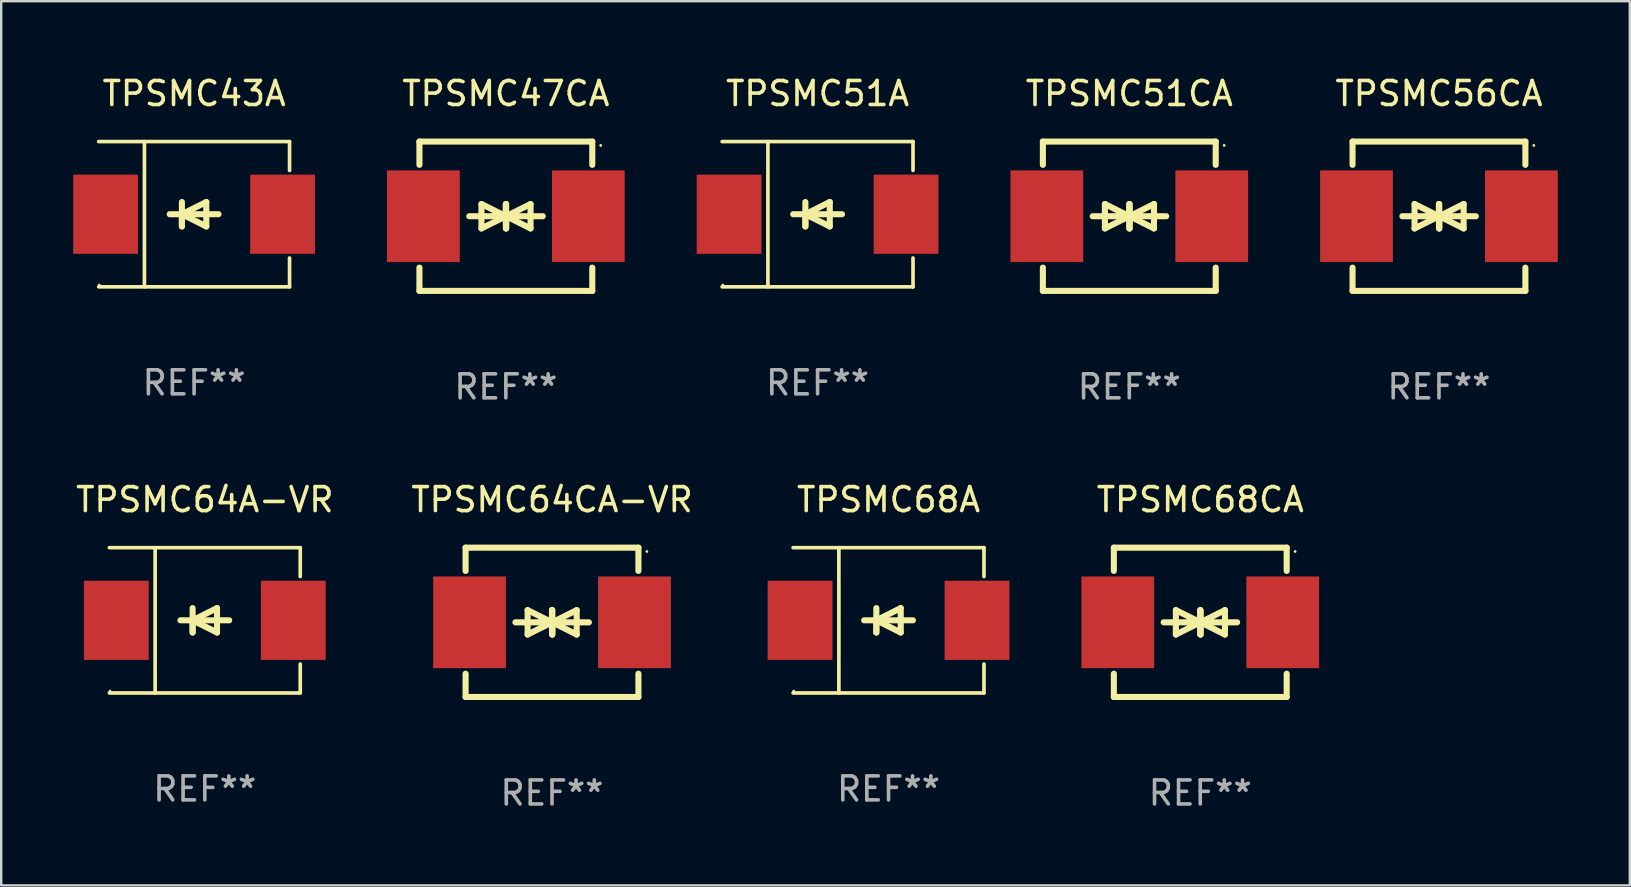
<source format=kicad_pcb>
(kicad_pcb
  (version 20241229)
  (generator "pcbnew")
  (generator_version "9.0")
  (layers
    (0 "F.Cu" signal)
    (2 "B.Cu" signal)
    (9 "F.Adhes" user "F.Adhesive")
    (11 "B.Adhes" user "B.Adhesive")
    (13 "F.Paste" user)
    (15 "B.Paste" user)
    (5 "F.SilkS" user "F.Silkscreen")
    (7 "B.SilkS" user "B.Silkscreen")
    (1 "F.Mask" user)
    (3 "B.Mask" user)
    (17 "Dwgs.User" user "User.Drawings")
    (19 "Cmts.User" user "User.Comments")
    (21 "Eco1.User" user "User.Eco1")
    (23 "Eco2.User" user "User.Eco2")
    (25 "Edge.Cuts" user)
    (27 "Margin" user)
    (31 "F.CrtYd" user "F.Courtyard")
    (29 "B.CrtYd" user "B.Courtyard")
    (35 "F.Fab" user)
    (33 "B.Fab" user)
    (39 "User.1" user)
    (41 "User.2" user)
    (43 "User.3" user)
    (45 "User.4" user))
  (footprint "TPSMC68A"
    (layer "F.Cu")
    (at 33.965 22.791)
    (property "Reference" "TPSMC68A" (at 0 -5.026 0) (layer "F.SilkS") (effects (font (size 1 1) (thickness 0.15))))
    (attr through_hole)
    (fp_line (start -3.976 -3.026) (end 3.976 -3.026) (stroke (width 0.152) (type solid)) (layer "F.SilkS"))
    (fp_line (start -3.976 3.026) (end 3.976 3.026) (stroke (width 0.152) (type solid)) (layer "F.SilkS"))
    (fp_line (start -2.069 -3.026) (end -2.069 3.026) (stroke (width 0.152) (type solid)) (layer "F.SilkS"))
    (fp_line (start -0.508 0) (end -0.508 0.508) (stroke (width 0.254) (type solid)) (layer "F.SilkS"))
    (fp_line (start -0.508 0) (end 0.508 0.508) (stroke (width 0.254) (type solid)) (layer "F.SilkS"))
    (fp_line (start -0.508 0.508) (end -0.508 -0.508) (stroke (width 0.254) (type solid)) (layer "F.SilkS"))
    (fp_line (start 0.508 -0.508) (end -0.508 0) (stroke (width 0.254) (type solid)) (layer "F.SilkS"))
    (fp_line (start 0.508 0.508) (end 0.508 -0.508) (stroke (width 0.254) (type solid)) (layer "F.SilkS"))
    (fp_line (start 1.016 0) (end -1.016 0) (stroke (width 0.254) (type solid)) (layer "F.SilkS"))
    (fp_line (start 3.976 -3.026) (end 3.976 -1.823) (stroke (width 0.152) (type solid)) (layer "F.SilkS"))
    (fp_line (start 3.976 3.026) (end 3.976 1.823) (stroke (width 0.152) (type solid)) (layer "F.SilkS"))
    (fp_circle (center -3.95 2.95) (end -3.92 2.95) (stroke (width 0.06) (type solid)) (fill no) (layer "F.SilkS"))
    (fp_text user "REF**" (at 0 7.026 0) (layer "F.Fab") (effects (font (size 1 1) (thickness 0.15))))
    (pad "1" smd rect (at -3.686 0) (size 2.7 3.3) (layers "F.Cu" "F.Mask" "F.Paste"))
    (pad "2" smd rect (at 3.686 0) (size 2.7 3.3) (layers "F.Cu" "F.Mask" "F.Paste")))
  (footprint "TPSMC47CA"
    (layer "F.Cu")
    (at 18.023 5.958)
    (property "Reference" "TPSMC47CA" (at 0 -5.11 0) (layer "F.SilkS") (effects (font (size 1 1) (thickness 0.15))))
    (attr through_hole)
    (fp_line (start -3.6 -2.141) (end -3.6 -3.11) (stroke (width 0.254) (type solid)) (layer "F.SilkS"))
    (fp_line (start -3.6 3.11) (end -3.6 2.141) (stroke (width 0.254) (type solid)) (layer "F.SilkS"))
    (fp_line (start -1.524 0) (end 0.508 0) (stroke (width 0.254) (type solid)) (layer "F.SilkS"))
    (fp_line (start -1.016 -0.508) (end -1.016 0.508) (stroke (width 0.254) (type solid)) (layer "F.SilkS"))
    (fp_line (start -1.016 0.508) (end 0 0) (stroke (width 0.254) (type solid)) (layer "F.SilkS"))
    (fp_line (start 0 -0.508) (end 0 0.508) (stroke (width 0.254) (type solid)) (layer "F.SilkS"))
    (fp_line (start 0 0) (end -1.016 -0.508) (stroke (width 0.254) (type solid)) (layer "F.SilkS"))
    (fp_line (start 0 0) (end 0 -0.508) (stroke (width 0.254) (type solid)) (layer "F.SilkS"))
    (fp_line (start 0.012 0) (end 0.012 0.508) (stroke (width 0.254) (type solid)) (layer "F.SilkS"))
    (fp_line (start 0.012 0) (end 1.028 0.508) (stroke (width 0.254) (type solid)) (layer "F.SilkS"))
    (fp_line (start 0.012 0.508) (end 0.012 -0.508) (stroke (width 0.254) (type solid)) (layer "F.SilkS"))
    (fp_line (start 1.028 -0.508) (end 0.012 0) (stroke (width 0.254) (type solid)) (layer "F.SilkS"))
    (fp_line (start 1.028 0.508) (end 1.028 -0.508) (stroke (width 0.254) (type solid)) (layer "F.SilkS"))
    (fp_line (start 1.536 0) (end -0.496 0) (stroke (width 0.254) (type solid)) (layer "F.SilkS"))
    (fp_line (start 3.6 -3.11) (end -3.6 -3.11) (stroke (width 0.254) (type solid)) (layer "F.SilkS"))
    (fp_line (start 3.6 -2.141) (end 3.6 -3.11) (stroke (width 0.254) (type solid)) (layer "F.SilkS"))
    (fp_line (start 3.6 3.11) (end -3.6 3.11) (stroke (width 0.254) (type solid)) (layer "F.SilkS"))
    (fp_line (start 3.6 3.11) (end 3.6 2.141) (stroke (width 0.254) (type solid)) (layer "F.SilkS"))
    (fp_circle (center 3.952 -2.95) (end 3.982 -2.95) (stroke (width 0.06) (type solid)) (fill no) (layer "F.SilkS"))
    (fp_text user "REF**" (at 0 7.11 0) (layer "F.Fab") (effects (font (size 1 1) (thickness 0.15))))
    (pad "1" smd rect (at 3.435 0) (size 3.03 3.82) (layers "F.Cu" "F.Mask" "F.Paste"))
    (pad "2" smd rect (at -3.435 0) (size 3.03 3.82) (layers "F.Cu" "F.Mask" "F.Paste")))
  (footprint "TPSMC68CA"
    (layer "F.Cu")
    (at 46.951 22.875)
    (property "Reference" "TPSMC68CA" (at 0 -5.11 0) (layer "F.SilkS") (effects (font (size 1 1) (thickness 0.15))))
    (attr through_hole)
    (fp_line (start -3.6 -2.141) (end -3.6 -3.11) (stroke (width 0.254) (type solid)) (layer "F.SilkS"))
    (fp_line (start -3.6 3.11) (end -3.6 2.141) (stroke (width 0.254) (type solid)) (layer "F.SilkS"))
    (fp_line (start -1.524 0) (end 0.508 0) (stroke (width 0.254) (type solid)) (layer "F.SilkS"))
    (fp_line (start -1.016 -0.508) (end -1.016 0.508) (stroke (width 0.254) (type solid)) (layer "F.SilkS"))
    (fp_line (start -1.016 0.508) (end 0 0) (stroke (width 0.254) (type solid)) (layer "F.SilkS"))
    (fp_line (start 0 -0.508) (end 0 0.508) (stroke (width 0.254) (type solid)) (layer "F.SilkS"))
    (fp_line (start 0 0) (end -1.016 -0.508) (stroke (width 0.254) (type solid)) (layer "F.SilkS"))
    (fp_line (start 0 0) (end 0 -0.508) (stroke (width 0.254) (type solid)) (layer "F.SilkS"))
    (fp_line (start 0.012 0) (end 0.012 0.508) (stroke (width 0.254) (type solid)) (layer "F.SilkS"))
    (fp_line (start 0.012 0) (end 1.028 0.508) (stroke (width 0.254) (type solid)) (layer "F.SilkS"))
    (fp_line (start 0.012 0.508) (end 0.012 -0.508) (stroke (width 0.254) (type solid)) (layer "F.SilkS"))
    (fp_line (start 1.028 -0.508) (end 0.012 0) (stroke (width 0.254) (type solid)) (layer "F.SilkS"))
    (fp_line (start 1.028 0.508) (end 1.028 -0.508) (stroke (width 0.254) (type solid)) (layer "F.SilkS"))
    (fp_line (start 1.536 0) (end -0.496 0) (stroke (width 0.254) (type solid)) (layer "F.SilkS"))
    (fp_line (start 3.6 -3.11) (end -3.6 -3.11) (stroke (width 0.254) (type solid)) (layer "F.SilkS"))
    (fp_line (start 3.6 -2.141) (end 3.6 -3.11) (stroke (width 0.254) (type solid)) (layer "F.SilkS"))
    (fp_line (start 3.6 3.11) (end -3.6 3.11) (stroke (width 0.254) (type solid)) (layer "F.SilkS"))
    (fp_line (start 3.6 3.11) (end 3.6 2.141) (stroke (width 0.254) (type solid)) (layer "F.SilkS"))
    (fp_circle (center 3.952 -2.95) (end 3.982 -2.95) (stroke (width 0.06) (type solid)) (fill no) (layer "F.SilkS"))
    (fp_text user "REF**" (at 0 7.11 0) (layer "F.Fab") (effects (font (size 1 1) (thickness 0.15))))
    (pad "1" smd rect (at 3.435 0) (size 3.03 3.82) (layers "F.Cu" "F.Mask" "F.Paste"))
    (pad "2" smd rect (at -3.435 0) (size 3.03 3.82) (layers "F.Cu" "F.Mask" "F.Paste")))
  (footprint "TPSMC51A"
    (layer "F.Cu")
    (at 31.009 5.874)
    (property "Reference" "TPSMC51A" (at 0 -5.026 0) (layer "F.SilkS") (effects (font (size 1 1) (thickness 0.15))))
    (attr through_hole)
    (fp_line (start -3.976 -3.026) (end 3.976 -3.026) (stroke (width 0.152) (type solid)) (layer "F.SilkS"))
    (fp_line (start -3.976 3.026) (end 3.976 3.026) (stroke (width 0.152) (type solid)) (layer "F.SilkS"))
    (fp_line (start -2.069 -3.026) (end -2.069 3.026) (stroke (width 0.152) (type solid)) (layer "F.SilkS"))
    (fp_line (start -0.508 0) (end -0.508 0.508) (stroke (width 0.254) (type solid)) (layer "F.SilkS"))
    (fp_line (start -0.508 0) (end 0.508 0.508) (stroke (width 0.254) (type solid)) (layer "F.SilkS"))
    (fp_line (start -0.508 0.508) (end -0.508 -0.508) (stroke (width 0.254) (type solid)) (layer "F.SilkS"))
    (fp_line (start 0.508 -0.508) (end -0.508 0) (stroke (width 0.254) (type solid)) (layer "F.SilkS"))
    (fp_line (start 0.508 0.508) (end 0.508 -0.508) (stroke (width 0.254) (type solid)) (layer "F.SilkS"))
    (fp_line (start 1.016 0) (end -1.016 0) (stroke (width 0.254) (type solid)) (layer "F.SilkS"))
    (fp_line (start 3.976 -3.026) (end 3.976 -1.823) (stroke (width 0.152) (type solid)) (layer "F.SilkS"))
    (fp_line (start 3.976 3.026) (end 3.976 1.823) (stroke (width 0.152) (type solid)) (layer "F.SilkS"))
    (fp_circle (center -3.95 2.95) (end -3.92 2.95) (stroke (width 0.06) (type solid)) (fill no) (layer "F.SilkS"))
    (fp_text user "REF**" (at 0 7.026 0) (layer "F.Fab") (effects (font (size 1 1) (thickness 0.15))))
    (pad "1" smd rect (at -3.686 0) (size 2.7 3.3) (layers "F.Cu" "F.Mask" "F.Paste"))
    (pad "2" smd rect (at 3.686 0) (size 2.7 3.3) (layers "F.Cu" "F.Mask" "F.Paste")))
  (footprint "TPSMC64CA-VR"
    (layer "F.Cu")
    (at 19.946 22.875)
    (property "Reference" "TPSMC64CA-VR" (at 0 -5.11 0) (layer "F.SilkS") (effects (font (size 1 1) (thickness 0.15))))
    (attr through_hole)
    (fp_line (start -3.6 -2.141) (end -3.6 -3.11) (stroke (width 0.254) (type solid)) (layer "F.SilkS"))
    (fp_line (start -3.6 3.11) (end -3.6 2.141) (stroke (width 0.254) (type solid)) (layer "F.SilkS"))
    (fp_line (start -1.524 0) (end 0.508 0) (stroke (width 0.254) (type solid)) (layer "F.SilkS"))
    (fp_line (start -1.016 -0.508) (end -1.016 0.508) (stroke (width 0.254) (type solid)) (layer "F.SilkS"))
    (fp_line (start -1.016 0.508) (end 0 0) (stroke (width 0.254) (type solid)) (layer "F.SilkS"))
    (fp_line (start 0 -0.508) (end 0 0.508) (stroke (width 0.254) (type solid)) (layer "F.SilkS"))
    (fp_line (start 0 0) (end -1.016 -0.508) (stroke (width 0.254) (type solid)) (layer "F.SilkS"))
    (fp_line (start 0 0) (end 0 -0.508) (stroke (width 0.254) (type solid)) (layer "F.SilkS"))
    (fp_line (start 0.012 0) (end 0.012 0.508) (stroke (width 0.254) (type solid)) (layer "F.SilkS"))
    (fp_line (start 0.012 0) (end 1.028 0.508) (stroke (width 0.254) (type solid)) (layer "F.SilkS"))
    (fp_line (start 0.012 0.508) (end 0.012 -0.508) (stroke (width 0.254) (type solid)) (layer "F.SilkS"))
    (fp_line (start 1.028 -0.508) (end 0.012 0) (stroke (width 0.254) (type solid)) (layer "F.SilkS"))
    (fp_line (start 1.028 0.508) (end 1.028 -0.508) (stroke (width 0.254) (type solid)) (layer "F.SilkS"))
    (fp_line (start 1.536 0) (end -0.496 0) (stroke (width 0.254) (type solid)) (layer "F.SilkS"))
    (fp_line (start 3.6 -3.11) (end -3.6 -3.11) (stroke (width 0.254) (type solid)) (layer "F.SilkS"))
    (fp_line (start 3.6 -2.141) (end 3.6 -3.11) (stroke (width 0.254) (type solid)) (layer "F.SilkS"))
    (fp_line (start 3.6 3.11) (end -3.6 3.11) (stroke (width 0.254) (type solid)) (layer "F.SilkS"))
    (fp_line (start 3.6 3.11) (end 3.6 2.141) (stroke (width 0.254) (type solid)) (layer "F.SilkS"))
    (fp_circle (center 3.952 -2.95) (end 3.982 -2.95) (stroke (width 0.06) (type solid)) (fill no) (layer "F.SilkS"))
    (fp_text user "REF**" (at 0 7.11 0) (layer "F.Fab") (effects (font (size 1 1) (thickness 0.15))))
    (pad "1" smd rect (at 3.435 0) (size 3.03 3.82) (layers "F.Cu" "F.Mask" "F.Paste"))
    (pad "2" smd rect (at -3.435 0) (size 3.03 3.82) (layers "F.Cu" "F.Mask" "F.Paste")))
  (footprint "TPSMC56CA"
    (layer "F.Cu")
    (at 56.895 5.958)
    (property "Reference" "TPSMC56CA" (at 0 -5.11 0) (layer "F.SilkS") (effects (font (size 1 1) (thickness 0.15))))
    (attr through_hole)
    (fp_line (start -3.6 -2.141) (end -3.6 -3.11) (stroke (width 0.254) (type solid)) (layer "F.SilkS"))
    (fp_line (start -3.6 3.11) (end -3.6 2.141) (stroke (width 0.254) (type solid)) (layer "F.SilkS"))
    (fp_line (start -1.524 0) (end 0.508 0) (stroke (width 0.254) (type solid)) (layer "F.SilkS"))
    (fp_line (start -1.016 -0.508) (end -1.016 0.508) (stroke (width 0.254) (type solid)) (layer "F.SilkS"))
    (fp_line (start -1.016 0.508) (end 0 0) (stroke (width 0.254) (type solid)) (layer "F.SilkS"))
    (fp_line (start 0 -0.508) (end 0 0.508) (stroke (width 0.254) (type solid)) (layer "F.SilkS"))
    (fp_line (start 0 0) (end -1.016 -0.508) (stroke (width 0.254) (type solid)) (layer "F.SilkS"))
    (fp_line (start 0 0) (end 0 -0.508) (stroke (width 0.254) (type solid)) (layer "F.SilkS"))
    (fp_line (start 0.012 0) (end 0.012 0.508) (stroke (width 0.254) (type solid)) (layer "F.SilkS"))
    (fp_line (start 0.012 0) (end 1.028 0.508) (stroke (width 0.254) (type solid)) (layer "F.SilkS"))
    (fp_line (start 0.012 0.508) (end 0.012 -0.508) (stroke (width 0.254) (type solid)) (layer "F.SilkS"))
    (fp_line (start 1.028 -0.508) (end 0.012 0) (stroke (width 0.254) (type solid)) (layer "F.SilkS"))
    (fp_line (start 1.028 0.508) (end 1.028 -0.508) (stroke (width 0.254) (type solid)) (layer "F.SilkS"))
    (fp_line (start 1.536 0) (end -0.496 0) (stroke (width 0.254) (type solid)) (layer "F.SilkS"))
    (fp_line (start 3.6 -3.11) (end -3.6 -3.11) (stroke (width 0.254) (type solid)) (layer "F.SilkS"))
    (fp_line (start 3.6 -2.141) (end 3.6 -3.11) (stroke (width 0.254) (type solid)) (layer "F.SilkS"))
    (fp_line (start 3.6 3.11) (end -3.6 3.11) (stroke (width 0.254) (type solid)) (layer "F.SilkS"))
    (fp_line (start 3.6 3.11) (end 3.6 2.141) (stroke (width 0.254) (type solid)) (layer "F.SilkS"))
    (fp_circle (center 3.952 -2.95) (end 3.982 -2.95) (stroke (width 0.06) (type solid)) (fill no) (layer "F.SilkS"))
    (fp_text user "REF**" (at 0 7.11 0) (layer "F.Fab") (effects (font (size 1 1) (thickness 0.15))))
    (pad "1" smd rect (at 3.435 0) (size 3.03 3.82) (layers "F.Cu" "F.Mask" "F.Paste"))
    (pad "2" smd rect (at -3.435 0) (size 3.03 3.82) (layers "F.Cu" "F.Mask" "F.Paste")))
  (footprint "TPSMC43A"
    (layer "F.Cu")
    (at 5.036 5.874)
    (property "Reference" "TPSMC43A" (at 0 -5.026 0) (layer "F.SilkS") (effects (font (size 1 1) (thickness 0.15))))
    (attr through_hole)
    (fp_line (start -3.976 -3.026) (end 3.976 -3.026) (stroke (width 0.152) (type solid)) (layer "F.SilkS"))
    (fp_line (start -3.976 3.026) (end 3.976 3.026) (stroke (width 0.152) (type solid)) (layer "F.SilkS"))
    (fp_line (start -2.069 -3.026) (end -2.069 3.026) (stroke (width 0.152) (type solid)) (layer "F.SilkS"))
    (fp_line (start -0.508 0) (end -0.508 0.508) (stroke (width 0.254) (type solid)) (layer "F.SilkS"))
    (fp_line (start -0.508 0) (end 0.508 0.508) (stroke (width 0.254) (type solid)) (layer "F.SilkS"))
    (fp_line (start -0.508 0.508) (end -0.508 -0.508) (stroke (width 0.254) (type solid)) (layer "F.SilkS"))
    (fp_line (start 0.508 -0.508) (end -0.508 0) (stroke (width 0.254) (type solid)) (layer "F.SilkS"))
    (fp_line (start 0.508 0.508) (end 0.508 -0.508) (stroke (width 0.254) (type solid)) (layer "F.SilkS"))
    (fp_line (start 1.016 0) (end -1.016 0) (stroke (width 0.254) (type solid)) (layer "F.SilkS"))
    (fp_line (start 3.976 -3.026) (end 3.976 -1.823) (stroke (width 0.152) (type solid)) (layer "F.SilkS"))
    (fp_line (start 3.976 3.026) (end 3.976 1.823) (stroke (width 0.152) (type solid)) (layer "F.SilkS"))
    (fp_circle (center -3.95 2.95) (end -3.92 2.95) (stroke (width 0.06) (type solid)) (fill no) (layer "F.SilkS"))
    (fp_text user "REF**" (at 0 7.026 0) (layer "F.Fab") (effects (font (size 1 1) (thickness 0.15))))
    (pad "1" smd rect (at -3.686 0) (size 2.7 3.3) (layers "F.Cu" "F.Mask" "F.Paste"))
    (pad "2" smd rect (at 3.686 0) (size 2.7 3.3) (layers "F.Cu" "F.Mask" "F.Paste")))
  (footprint "TPSMC64A-VR"
    (layer "F.Cu")
    (at 5.482 22.791)
    (property "Reference" "TPSMC64A-VR" (at 0 -5.026 0) (layer "F.SilkS") (effects (font (size 1 1) (thickness 0.15))))
    (attr through_hole)
    (fp_line (start -3.976 -3.026) (end 3.976 -3.026) (stroke (width 0.152) (type solid)) (layer "F.SilkS"))
    (fp_line (start -3.976 3.026) (end 3.976 3.026) (stroke (width 0.152) (type solid)) (layer "F.SilkS"))
    (fp_line (start -2.069 -3.026) (end -2.069 3.026) (stroke (width 0.152) (type solid)) (layer "F.SilkS"))
    (fp_line (start -0.508 0) (end -0.508 0.508) (stroke (width 0.254) (type solid)) (layer "F.SilkS"))
    (fp_line (start -0.508 0) (end 0.508 0.508) (stroke (width 0.254) (type solid)) (layer "F.SilkS"))
    (fp_line (start -0.508 0.508) (end -0.508 -0.508) (stroke (width 0.254) (type solid)) (layer "F.SilkS"))
    (fp_line (start 0.508 -0.508) (end -0.508 0) (stroke (width 0.254) (type solid)) (layer "F.SilkS"))
    (fp_line (start 0.508 0.508) (end 0.508 -0.508) (stroke (width 0.254) (type solid)) (layer "F.SilkS"))
    (fp_line (start 1.016 0) (end -1.016 0) (stroke (width 0.254) (type solid)) (layer "F.SilkS"))
    (fp_line (start 3.976 -3.026) (end 3.976 -1.823) (stroke (width 0.152) (type solid)) (layer "F.SilkS"))
    (fp_line (start 3.976 3.026) (end 3.976 1.823) (stroke (width 0.152) (type solid)) (layer "F.SilkS"))
    (fp_circle (center -3.95 2.95) (end -3.92 2.95) (stroke (width 0.06) (type solid)) (fill no) (layer "F.SilkS"))
    (fp_text user "REF**" (at 0 7.026 0) (layer "F.Fab") (effects (font (size 1 1) (thickness 0.15))))
    (pad "1" smd rect (at -3.686 0) (size 2.7 3.3) (layers "F.Cu" "F.Mask" "F.Paste"))
    (pad "2" smd rect (at 3.686 0) (size 2.7 3.3) (layers "F.Cu" "F.Mask" "F.Paste")))
  (footprint "TPSMC51CA"
    (layer "F.Cu")
    (at 43.995 5.958)
    (property "Reference" "TPSMC51CA" (at 0 -5.11 0) (layer "F.SilkS") (effects (font (size 1 1) (thickness 0.15))))
    (attr through_hole)
    (fp_line (start -3.6 -2.141) (end -3.6 -3.11) (stroke (width 0.254) (type solid)) (layer "F.SilkS"))
    (fp_line (start -3.6 3.11) (end -3.6 2.141) (stroke (width 0.254) (type solid)) (layer "F.SilkS"))
    (fp_line (start -1.524 0) (end 0.508 0) (stroke (width 0.254) (type solid)) (layer "F.SilkS"))
    (fp_line (start -1.016 -0.508) (end -1.016 0.508) (stroke (width 0.254) (type solid)) (layer "F.SilkS"))
    (fp_line (start -1.016 0.508) (end 0 0) (stroke (width 0.254) (type solid)) (layer "F.SilkS"))
    (fp_line (start 0 -0.508) (end 0 0.508) (stroke (width 0.254) (type solid)) (layer "F.SilkS"))
    (fp_line (start 0 0) (end -1.016 -0.508) (stroke (width 0.254) (type solid)) (layer "F.SilkS"))
    (fp_line (start 0 0) (end 0 -0.508) (stroke (width 0.254) (type solid)) (layer "F.SilkS"))
    (fp_line (start 0.012 0) (end 0.012 0.508) (stroke (width 0.254) (type solid)) (layer "F.SilkS"))
    (fp_line (start 0.012 0) (end 1.028 0.508) (stroke (width 0.254) (type solid)) (layer "F.SilkS"))
    (fp_line (start 0.012 0.508) (end 0.012 -0.508) (stroke (width 0.254) (type solid)) (layer "F.SilkS"))
    (fp_line (start 1.028 -0.508) (end 0.012 0) (stroke (width 0.254) (type solid)) (layer "F.SilkS"))
    (fp_line (start 1.028 0.508) (end 1.028 -0.508) (stroke (width 0.254) (type solid)) (layer "F.SilkS"))
    (fp_line (start 1.536 0) (end -0.496 0) (stroke (width 0.254) (type solid)) (layer "F.SilkS"))
    (fp_line (start 3.6 -3.11) (end -3.6 -3.11) (stroke (width 0.254) (type solid)) (layer "F.SilkS"))
    (fp_line (start 3.6 -2.141) (end 3.6 -3.11) (stroke (width 0.254) (type solid)) (layer "F.SilkS"))
    (fp_line (start 3.6 3.11) (end -3.6 3.11) (stroke (width 0.254) (type solid)) (layer "F.SilkS"))
    (fp_line (start 3.6 3.11) (end 3.6 2.141) (stroke (width 0.254) (type solid)) (layer "F.SilkS"))
    (fp_circle (center 3.952 -2.95) (end 3.982 -2.95) (stroke (width 0.06) (type solid)) (fill no) (layer "F.SilkS"))
    (fp_text user "REF**" (at 0 7.11 0) (layer "F.Fab") (effects (font (size 1 1) (thickness 0.15))))
    (pad "1" smd rect (at 3.435 0) (size 3.03 3.82) (layers "F.Cu" "F.Mask" "F.Paste"))
    (pad "2" smd rect (at -3.435 0) (size 3.03 3.82) (layers "F.Cu" "F.Mask" "F.Paste")))
  (gr_rect
    (start -3 -3)
    (end 64.845 33.833)
    (stroke (width 0.1) (type default))
    (fill no)
    (layer "Edge.Cuts")))
</source>
